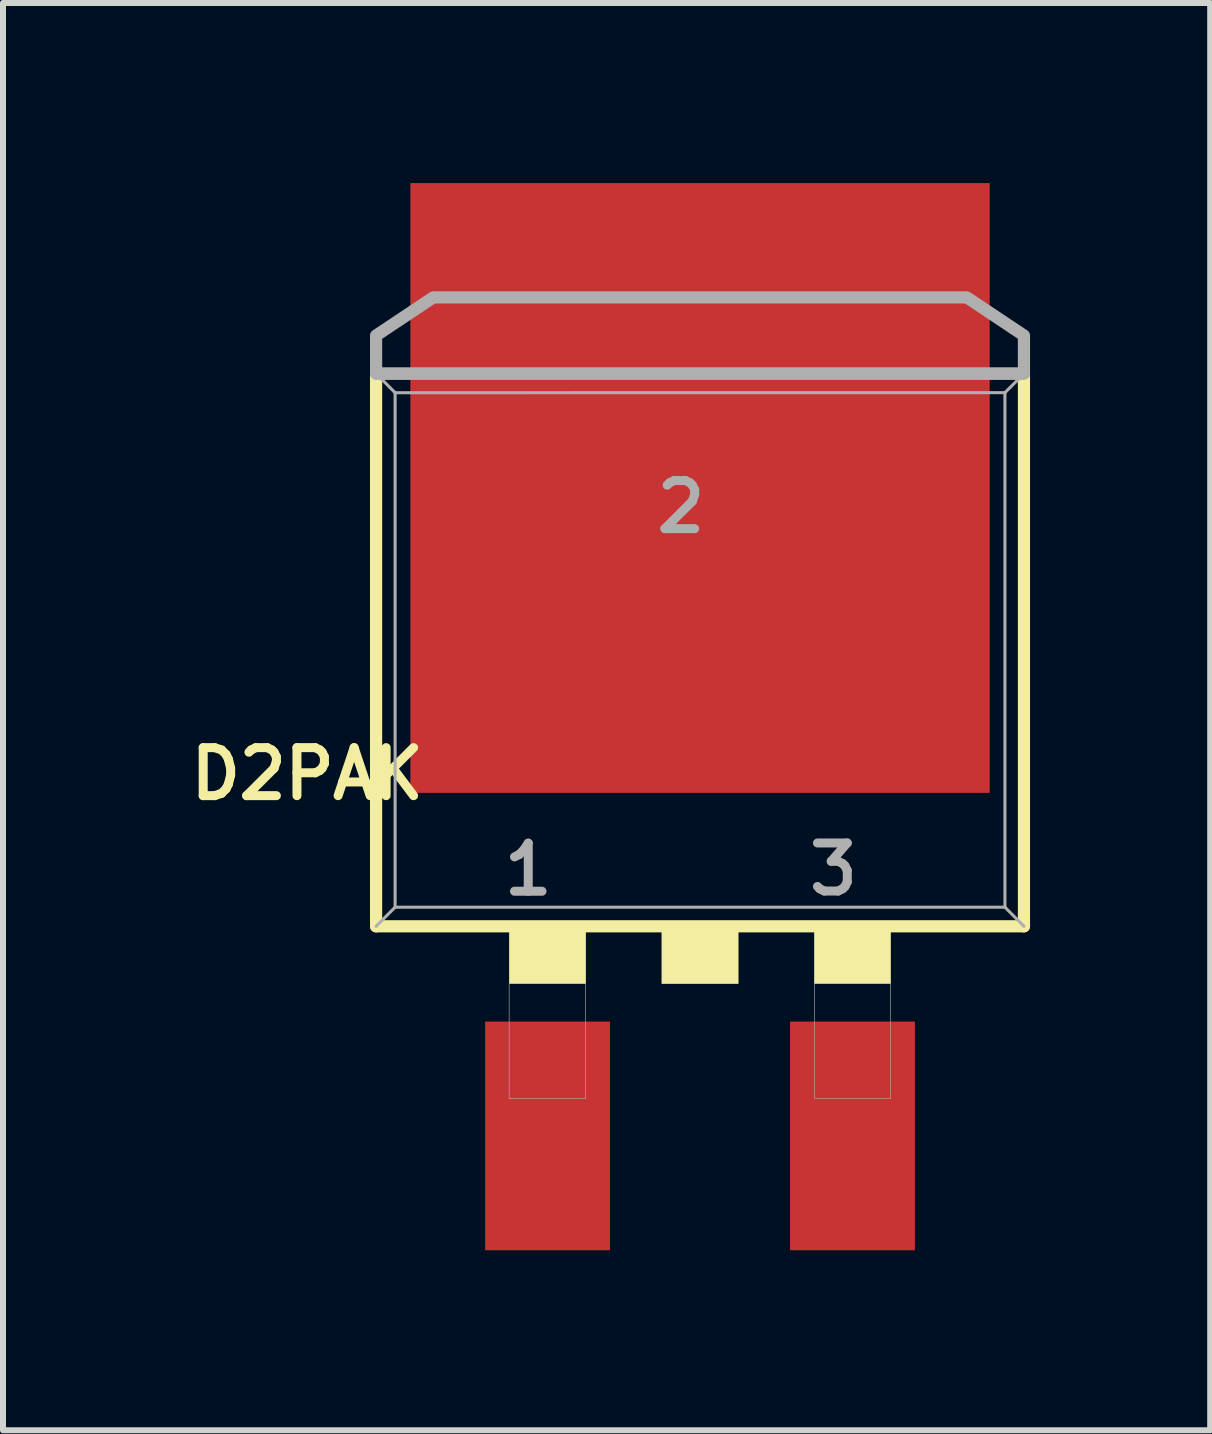
<source format=kicad_pcb>
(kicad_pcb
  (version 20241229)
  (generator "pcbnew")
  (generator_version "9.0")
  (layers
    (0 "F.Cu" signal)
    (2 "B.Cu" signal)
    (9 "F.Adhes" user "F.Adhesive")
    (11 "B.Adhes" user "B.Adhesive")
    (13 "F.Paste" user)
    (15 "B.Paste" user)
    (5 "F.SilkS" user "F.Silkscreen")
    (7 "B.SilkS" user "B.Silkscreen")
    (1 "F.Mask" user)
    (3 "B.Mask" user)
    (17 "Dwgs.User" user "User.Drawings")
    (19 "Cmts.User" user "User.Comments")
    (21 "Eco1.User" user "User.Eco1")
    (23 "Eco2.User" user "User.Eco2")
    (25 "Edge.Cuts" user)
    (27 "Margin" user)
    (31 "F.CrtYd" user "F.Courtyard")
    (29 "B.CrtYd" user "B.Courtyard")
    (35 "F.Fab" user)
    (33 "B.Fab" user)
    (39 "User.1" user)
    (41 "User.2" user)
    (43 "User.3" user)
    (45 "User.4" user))
  (footprint "D2PAK"
    (layer "F.Cu")
    (at 8.613 7.62)
    (property "Reference" "D2PAK" (at -6.544 2.224 180) (layer "F.SilkS") (effects (font (size 0.8 0.8) (thickness 0.15))))
    (attr smd)
    (fp_line (start -5.397 4.763) (end -5.397 -4.445) (stroke (width 0.203) (type solid)) (layer "F.SilkS"))
    (fp_line (start 5.397 -4.445) (end 5.397 4.763) (stroke (width 0.203) (type solid)) (layer "F.SilkS"))
    (fp_line (start 5.397 4.763) (end -5.397 4.763) (stroke (width 0.203) (type solid)) (layer "F.SilkS"))
    (fp_poly (pts (xy -3.177 4.763) (xy -1.905 4.763) (xy -1.905 5.719) (xy -3.177 5.719)) (stroke (width 0.01) (type solid)) (fill yes) (layer "F.SilkS"))
    (fp_poly (pts (xy -0.635 4.762) (xy 0.635 4.762) (xy 0.635 5.718) (xy -0.635 5.718)) (stroke (width 0.01) (type solid)) (fill yes) (layer "F.SilkS"))
    (fp_poly (pts (xy 1.906 4.763) (xy 3.175 4.763) (xy 3.175 5.718) (xy 1.906 5.718)) (stroke (width 0.01) (type solid)) (fill yes) (layer "F.SilkS"))
    (fp_line (start -5.397 -4.445) (end 5.397 -4.445) (stroke (width 0.203) (type solid)) (layer "F.Fab"))
    (fp_line (start -5.08 -4.127) (end -5.397 -4.445) (stroke (width 0.051) (type solid)) (layer "F.Fab"))
    (fp_line (start -5.08 -4.127) (end 5.08 -4.128) (stroke (width 0.051) (type solid)) (layer "F.Fab"))
    (fp_line (start -5.08 4.445) (end -5.397 4.763) (stroke (width 0.051) (type solid)) (layer "F.Fab"))
    (fp_line (start -5.08 4.445) (end -5.08 -4.127) (stroke (width 0.051) (type solid)) (layer "F.Fab"))
    (fp_line (start -5.08 4.445) (end 5.08 4.445) (stroke (width 0.051) (type solid)) (layer "F.Fab"))
    (fp_line (start 5.08 -4.128) (end 5.08 4.445) (stroke (width 0.051) (type solid)) (layer "F.Fab"))
    (fp_line (start 5.08 -4.128) (end 5.397 -4.445) (stroke (width 0.051) (type solid)) (layer "F.Fab"))
    (fp_line (start 5.08 4.445) (end 5.397 4.763) (stroke (width 0.051) (type solid)) (layer "F.Fab"))
    (fp_poly (pts (xy -3.18 5.715) (xy -1.905 5.715) (xy -1.905 7.633) (xy -3.18 7.633)) (stroke (width 0.01) (type solid)) (fill no) (layer "F.Fab"))
    (fp_poly (pts (xy 1.908 5.715) (xy 3.175 5.715) (xy 3.175 7.631) (xy 1.908 7.631)) (stroke (width 0.01) (type solid)) (fill no) (layer "F.Fab"))
    (fp_poly (pts (xy -5.397 -4.445) (xy -5.397 -5.08) (xy -4.445 -5.715) (xy 4.445 -5.715) (xy 5.397 -5.08) (xy 5.397 -4.445)) (stroke (width 0.203) (type solid)) (fill no) (layer "F.Fab"))
    (fp_text user "3" (at 2.224 3.813 0) (layer "F.Fab") (effects (font (size 0.801 0.801) (thickness 0.15))))
    (fp_text user "2" (at -0.318 -2.225 0) (layer "F.Fab") (effects (font (size 0.801 0.801) (thickness 0.15))))
    (fp_text user "1" (at -2.862 3.816 0) (layer "F.Fab") (effects (font (size 0.801 0.801) (thickness 0.15))))
    (pad "1" smd rect (at -2.54 8.255) (size 2.08 3.81) (layers "F.Cu" "F.Mask" "F.Paste"))
    (pad "2" smd rect (at 0 -2.54) (size 9.652 10.16) (layers "F.Cu" "F.Mask" "F.Paste"))
    (pad "3" smd rect (at 2.54 8.255) (size 2.08 3.81) (layers "F.Cu" "F.Mask" "F.Paste")))
  (gr_rect
    (start -3 -3)
    (end 17.113 20.78)
    (stroke (width 0.1) (type default))
    (fill no)
    (layer "Edge.Cuts")))
</source>
